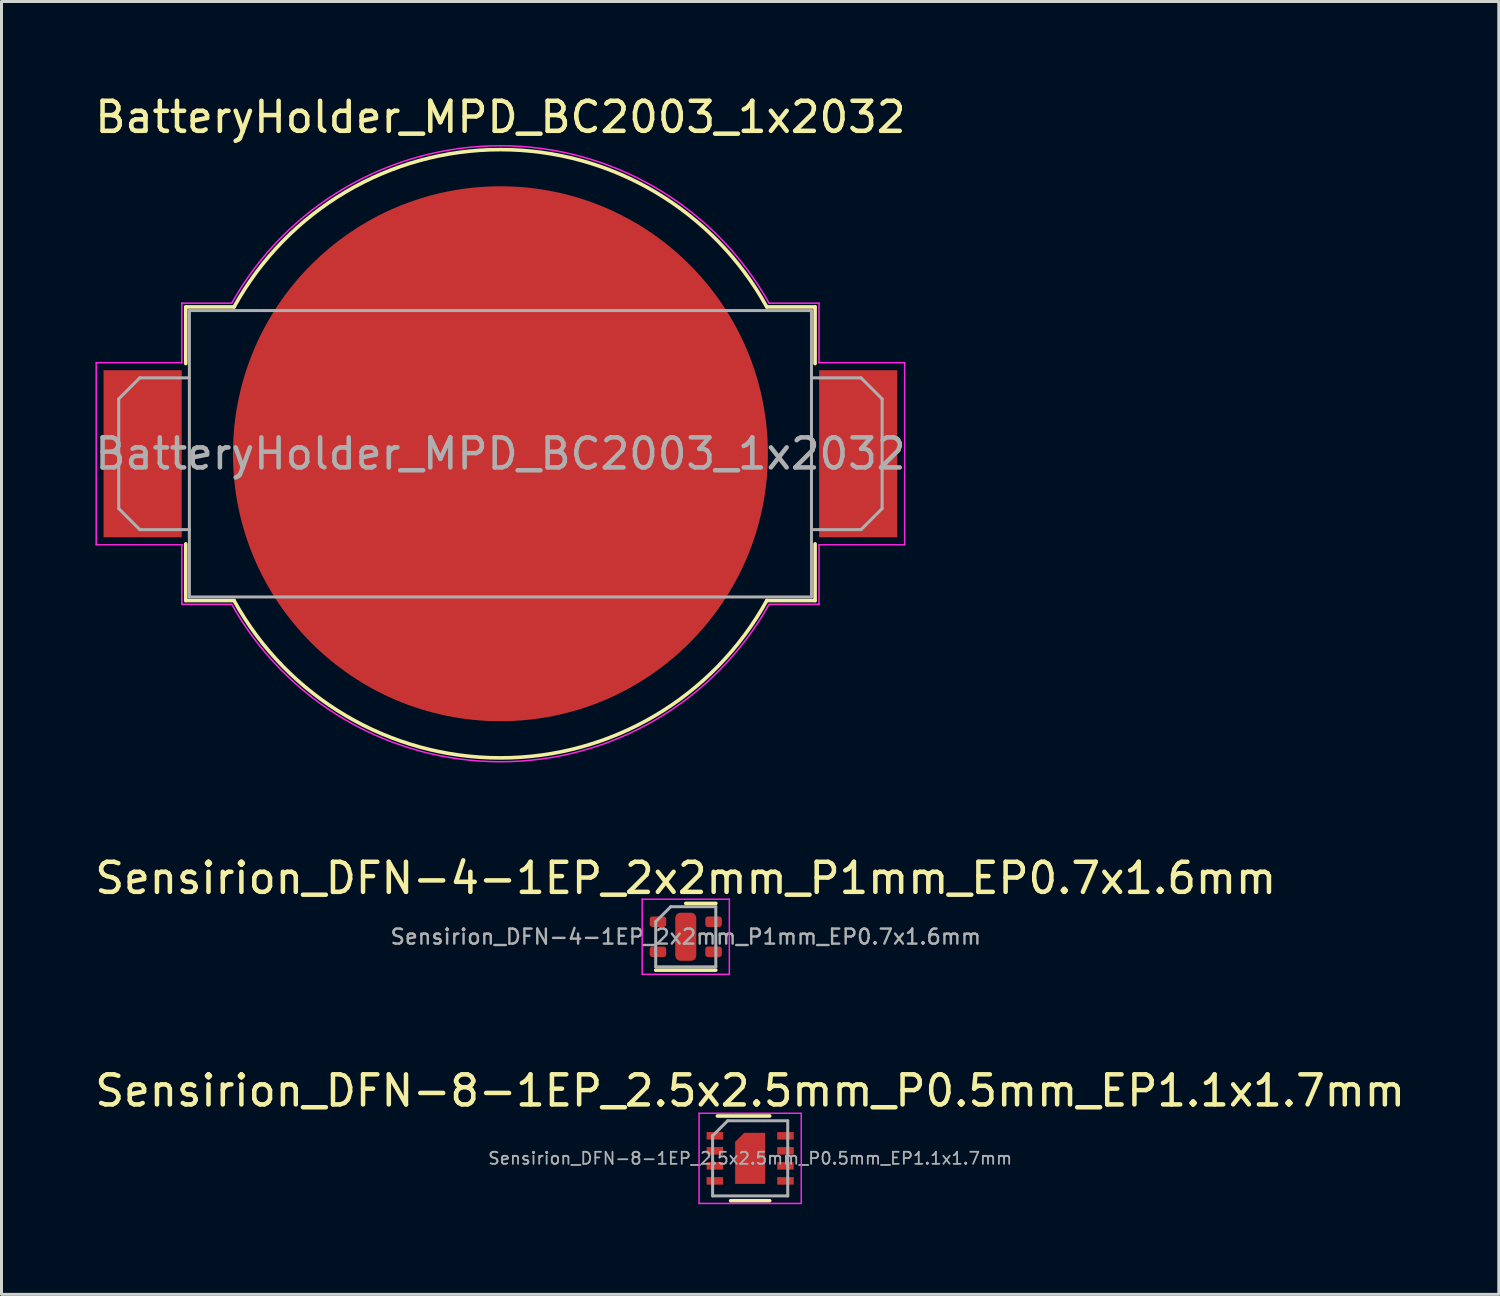
<source format=kicad_pcb>
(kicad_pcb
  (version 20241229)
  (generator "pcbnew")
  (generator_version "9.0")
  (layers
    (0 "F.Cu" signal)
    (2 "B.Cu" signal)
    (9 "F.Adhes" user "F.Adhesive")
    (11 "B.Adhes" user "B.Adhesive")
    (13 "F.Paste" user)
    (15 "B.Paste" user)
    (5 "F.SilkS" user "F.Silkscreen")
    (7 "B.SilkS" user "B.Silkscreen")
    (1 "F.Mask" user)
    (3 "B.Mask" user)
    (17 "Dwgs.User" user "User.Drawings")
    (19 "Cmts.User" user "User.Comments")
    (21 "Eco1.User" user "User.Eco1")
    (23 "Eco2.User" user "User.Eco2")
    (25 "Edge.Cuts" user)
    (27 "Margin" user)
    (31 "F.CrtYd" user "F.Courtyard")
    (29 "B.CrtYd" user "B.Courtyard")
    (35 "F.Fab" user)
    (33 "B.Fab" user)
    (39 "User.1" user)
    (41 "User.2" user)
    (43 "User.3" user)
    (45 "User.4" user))
  (footprint "Sensirion_DFN-8-1EP_2.5x2.5mm_P0.5mm_EP1.1x1.7mm"
    (layer "F.Cu")
    (at 21.911 35.493)
    (property "Reference" "Sensirion_DFN-8-1EP_2.5x2.5mm_P0.5mm_EP1.1x1.7mm" (at 0 -2.25 0) (layer "F.SilkS") (effects (font (size 1 1) (thickness 0.15))))
    (attr smd)
    (fp_line (start -1.09 -1.41) (end 0.65 -1.41) (stroke (width 0.12) (type solid)) (layer "F.SilkS"))
    (fp_line (start -0.65 1.41) (end 0.65 1.41) (stroke (width 0.12) (type solid)) (layer "F.SilkS"))
    (fp_line (start -1.7 -1.5) (end -1.7 1.5) (stroke (width 0.05) (type solid)) (layer "F.CrtYd"))
    (fp_line (start -1.7 -1.5) (end 1.7 -1.5) (stroke (width 0.05) (type solid)) (layer "F.CrtYd"))
    (fp_line (start -1.7 1.5) (end 1.7 1.5) (stroke (width 0.05) (type solid)) (layer "F.CrtYd"))
    (fp_line (start 1.7 -1.5) (end 1.7 1.5) (stroke (width 0.05) (type solid)) (layer "F.CrtYd"))
    (fp_line (start -1.25 -0.75) (end -0.75 -1.25) (stroke (width 0.1) (type solid)) (layer "F.Fab"))
    (fp_line (start -1.25 1.25) (end -1.25 -0.75) (stroke (width 0.1) (type solid)) (layer "F.Fab"))
    (fp_line (start -0.75 -1.25) (end 1.25 -1.25) (stroke (width 0.1) (type solid)) (layer "F.Fab"))
    (fp_line (start 1.25 -1.25) (end 1.25 1.25) (stroke (width 0.1) (type solid)) (layer "F.Fab"))
    (fp_line (start 1.25 1.25) (end -1.25 1.25) (stroke (width 0.1) (type solid)) (layer "F.Fab"))
    (fp_text user "${REFERENCE}" (at 0 0 0) (layer "F.Fab") (effects (font (size 0.4 0.4) (thickness 0.06))))
    (pad "" smd custom (at 0 0) (size 0.9 0.9) (layers "F.Paste") (options (anchor rect)) (primitives (gr_poly (pts (xy 0.45 0.8) (xy -0.45 0.8) (xy -0.45 -0.53) (xy -0.18 -0.8) (xy 0.45 -0.8)) (width 0) (fill yes))))
    (pad "1" smd rect (at -1.175 -0.75) (size 0.55 0.25) (layers "F.Cu" "F.Mask" "F.Paste"))
    (pad "2" smd rect (at -1.175 -0.25) (size 0.55 0.25) (layers "F.Cu" "F.Mask" "F.Paste"))
    (pad "3" smd rect (at -1.175 0.25) (size 0.55 0.25) (layers "F.Cu" "F.Mask" "F.Paste"))
    (pad "4" smd rect (at -1.175 0.75 180) (size 0.55 0.25) (layers "F.Cu" "F.Mask" "F.Paste"))
    (pad "5" smd rect (at 1.175 0.75) (size 0.55 0.25) (layers "F.Cu" "F.Mask" "F.Paste"))
    (pad "6" smd rect (at 1.175 0.25) (size 0.55 0.25) (layers "F.Cu" "F.Mask" "F.Paste"))
    (pad "7" smd rect (at 1.175 -0.25) (size 0.55 0.25) (layers "F.Cu" "F.Mask" "F.Paste"))
    (pad "8" smd rect (at 1.175 -0.75) (size 0.55 0.25) (layers "F.Cu" "F.Mask" "F.Paste"))
    (pad "9" smd custom (at 0 0) (size 1 1) (layers "F.Cu" "F.Mask") (options (anchor circle)) (primitives (gr_poly (pts (xy 0.5 0.85) (xy -0.5 0.85) (xy -0.5 -0.55) (xy -0.2 -0.85) (xy 0.5 -0.85)) (width 0) (fill yes)))))
  (footprint "BatteryHolder_MPD_BC2003_1x2032"
    (layer "F.Cu")
    (at 13.601 12.048)
    (property "Reference" "BatteryHolder_MPD_BC2003_1x2032" (at 0 -11.2 0) (layer "F.SilkS") (effects (font (size 1 1) (thickness 0.15))))
    (attr smd)
    (fp_line (start -10.47 -4.885) (end -8.863 -4.885) (stroke (width 0.12) (type solid)) (layer "F.SilkS"))
    (fp_line (start -10.47 -3) (end -10.47 -4.885) (stroke (width 0.12) (type solid)) (layer "F.SilkS"))
    (fp_line (start -10.47 3) (end -10.47 4.885) (stroke (width 0.12) (type solid)) (layer "F.SilkS"))
    (fp_line (start -10.47 4.885) (end -8.863 4.885) (stroke (width 0.12) (type solid)) (layer "F.SilkS"))
    (fp_line (start 10.47 -4.885) (end 8.863 -4.885) (stroke (width 0.12) (type solid)) (layer "F.SilkS"))
    (fp_line (start 10.47 -3) (end 10.47 -4.885) (stroke (width 0.12) (type solid)) (layer "F.SilkS"))
    (fp_line (start 10.47 3) (end 10.47 4.885) (stroke (width 0.12) (type solid)) (layer "F.SilkS"))
    (fp_line (start 10.47 4.885) (end 8.863 4.885) (stroke (width 0.12) (type solid)) (layer "F.SilkS"))
    (fp_arc (start -8.86291 -4.885) (mid 0 -10.12) (end 8.86291 -4.885) (stroke (width 0.12) (type solid)) (layer "F.SilkS"))
    (fp_arc (start 8.865021 4.881168) (mid 0.002187 10.12) (end -8.86291 4.885) (stroke (width 0.12) (type solid)) (layer "F.SilkS"))
    (fp_line (start -13.45 -3.03) (end -13.45 3.03) (stroke (width 0.05) (type solid)) (layer "F.CrtYd"))
    (fp_line (start -13.45 3.03) (end -10.6 3.03) (stroke (width 0.05) (type solid)) (layer "F.CrtYd"))
    (fp_line (start -10.6 -5.01) (end -10.6 -3.03) (stroke (width 0.05) (type solid)) (layer "F.CrtYd"))
    (fp_line (start -10.6 -3.03) (end -13.45 -3.03) (stroke (width 0.05) (type solid)) (layer "F.CrtYd"))
    (fp_line (start -10.6 5.01) (end -10.6 3.03) (stroke (width 0.05) (type solid)) (layer "F.CrtYd"))
    (fp_line (start -10.6 5.01) (end -8.94 5.01) (stroke (width 0.05) (type solid)) (layer "F.CrtYd"))
    (fp_line (start -8.94 -5.01) (end -10.6 -5.01) (stroke (width 0.05) (type solid)) (layer "F.CrtYd"))
    (fp_line (start 8.94 -5.01) (end 10.6 -5.01) (stroke (width 0.05) (type solid)) (layer "F.CrtYd"))
    (fp_line (start 8.94 5.01) (end 10.6 5.01) (stroke (width 0.05) (type solid)) (layer "F.CrtYd"))
    (fp_line (start 10.6 -5.01) (end 10.6 -3.03) (stroke (width 0.05) (type solid)) (layer "F.CrtYd"))
    (fp_line (start 10.6 -3.03) (end 13.45 -3.03) (stroke (width 0.05) (type solid)) (layer "F.CrtYd"))
    (fp_line (start 10.6 3.03) (end 13.45 3.03) (stroke (width 0.05) (type solid)) (layer "F.CrtYd"))
    (fp_line (start 10.6 5.01) (end 10.6 3.03) (stroke (width 0.05) (type solid)) (layer "F.CrtYd"))
    (fp_line (start 13.45 -3.03) (end 13.45 3.03) (stroke (width 0.05) (type solid)) (layer "F.CrtYd"))
    (fp_arc (start -8.934116 -5.020486) (mid 0.006012 -10.248106) (end 8.94 -5.01) (stroke (width 0.05) (type solid)) (layer "F.CrtYd"))
    (fp_arc (start 8.92534 5.036071) (mid -0.014955 10.248096) (end -8.94 5.01) (stroke (width 0.05) (type solid)) (layer "F.CrtYd"))
    (fp_line (start -12.7 -1.825) (end -12.7 1.825) (stroke (width 0.1) (type solid)) (layer "F.Fab"))
    (fp_line (start -12.7 -1.825) (end -12 -2.525) (stroke (width 0.1) (type solid)) (layer "F.Fab"))
    (fp_line (start -12.7 1.825) (end -12 2.525) (stroke (width 0.1) (type solid)) (layer "F.Fab"))
    (fp_line (start -10.35 -4.765) (end 10.35 -4.765) (stroke (width 0.1) (type solid)) (layer "F.Fab"))
    (fp_line (start -10.35 -2.525) (end -12 -2.525) (stroke (width 0.1) (type solid)) (layer "F.Fab"))
    (fp_line (start -10.35 2.525) (end -12 2.525) (stroke (width 0.1) (type solid)) (layer "F.Fab"))
    (fp_line (start -10.35 4.765) (end -10.35 -4.765) (stroke (width 0.1) (type solid)) (layer "F.Fab"))
    (fp_line (start -10.35 4.765) (end 10.35 4.765) (stroke (width 0.1) (type solid)) (layer "F.Fab"))
    (fp_line (start 10.35 -2.525) (end 12 -2.525) (stroke (width 0.1) (type solid)) (layer "F.Fab"))
    (fp_line (start 10.35 2.525) (end 12 2.525) (stroke (width 0.1) (type solid)) (layer "F.Fab"))
    (fp_line (start 10.35 4.765) (end 10.35 -4.765) (stroke (width 0.1) (type solid)) (layer "F.Fab"))
    (fp_line (start 12.7 -1.825) (end 12 -2.525) (stroke (width 0.1) (type solid)) (layer "F.Fab"))
    (fp_line (start 12.7 -1.825) (end 12.7 1.825) (stroke (width 0.1) (type solid)) (layer "F.Fab"))
    (fp_line (start 12.7 1.825) (end 12 2.525) (stroke (width 0.1) (type solid)) (layer "F.Fab"))
    (fp_text user "${REFERENCE}" (at 0 0 0) (layer "F.Fab") (effects (font (size 1 1) (thickness 0.15))))
    (pad "1" smd rect (at -11.905 0) (size 2.6 5.56) (layers "F.Cu" "F.Mask" "F.Paste"))
    (pad "1" smd rect (at 11.905 0) (size 2.6 5.56) (layers "F.Cu" "F.Mask" "F.Paste"))
    (pad "2" smd circle (at 0 0) (size 17.8 17.8) (layers "F.Cu" "F.Mask")))
  (footprint "Sensirion_DFN-4-1EP_2x2mm_P1mm_EP0.7x1.6mm"
    (layer "F.Cu")
    (at 19.768 28.12)
    (property "Reference" "Sensirion_DFN-4-1EP_2x2mm_P1mm_EP0.7x1.6mm" (at 0 -1.95 0) (layer "F.SilkS") (effects (font (size 1 1) (thickness 0.15))))
    (attr smd)
    (fp_line (start -1 1.11) (end 1 1.11) (stroke (width 0.12) (type solid)) (layer "F.SilkS"))
    (fp_line (start 0 -1.11) (end 1 -1.11) (stroke (width 0.12) (type solid)) (layer "F.SilkS"))
    (fp_line (start -1.45 -1.25) (end -1.45 1.25) (stroke (width 0.05) (type solid)) (layer "F.CrtYd"))
    (fp_line (start -1.45 1.25) (end 1.45 1.25) (stroke (width 0.05) (type solid)) (layer "F.CrtYd"))
    (fp_line (start 1.45 -1.25) (end -1.45 -1.25) (stroke (width 0.05) (type solid)) (layer "F.CrtYd"))
    (fp_line (start 1.45 1.25) (end 1.45 -1.25) (stroke (width 0.05) (type solid)) (layer "F.CrtYd"))
    (fp_line (start -1 -0.5) (end -0.5 -1) (stroke (width 0.1) (type solid)) (layer "F.Fab"))
    (fp_line (start -1 1) (end -1 -0.5) (stroke (width 0.1) (type solid)) (layer "F.Fab"))
    (fp_line (start -0.5 -1) (end 1 -1) (stroke (width 0.1) (type solid)) (layer "F.Fab"))
    (fp_line (start 1 -1) (end 1 1) (stroke (width 0.1) (type solid)) (layer "F.Fab"))
    (fp_line (start 1 1) (end -1 1) (stroke (width 0.1) (type solid)) (layer "F.Fab"))
    (fp_text user "${REFERENCE}" (at 0 0 0) (layer "F.Fab") (effects (font (size 0.5 0.5) (thickness 0.08))))
    (pad "" smd roundrect (at -1.025 -0.5) (size 0.55 0.35) (layers "F.Paste") (roundrect_rratio 0.25))
    (pad "" smd roundrect (at -1.025 0.5) (size 0.55 0.35) (layers "F.Paste") (roundrect_rratio 0.25))
    (pad "" smd roundrect (at 0 0) (size 0.5 1.4) (layers "F.Paste") (roundrect_rratio 0.25))
    (pad "" smd roundrect (at 1.025 -0.5 180) (size 0.55 0.35) (layers "F.Paste") (roundrect_rratio 0.25))
    (pad "" smd roundrect (at 1.025 0.5 180) (size 0.55 0.35) (layers "F.Paste") (roundrect_rratio 0.25))
    (pad "1" smd roundrect (at -0.925 -0.5) (size 0.55 0.35) (layers "F.Cu" "F.Mask") (roundrect_rratio 0.25))
    (pad "2" smd roundrect (at -0.925 0.5) (size 0.55 0.35) (layers "F.Cu" "F.Mask") (roundrect_rratio 0.25))
    (pad "3" smd roundrect (at 0.925 0.5) (size 0.55 0.35) (layers "F.Cu" "F.Mask") (roundrect_rratio 0.25))
    (pad "4" smd roundrect (at 0.925 -0.5) (size 0.55 0.35) (layers "F.Cu" "F.Mask") (roundrect_rratio 0.25))
    (pad "5" smd roundrect (at 0 0) (size 0.7 1.6) (layers "F.Cu" "F.Mask") (roundrect_rratio 0.25)))
  (gr_rect
    (start -3 -3)
    (end 46.821 40.018)
    (stroke (width 0.1) (type default))
    (fill no)
    (layer "Edge.Cuts")))
</source>
